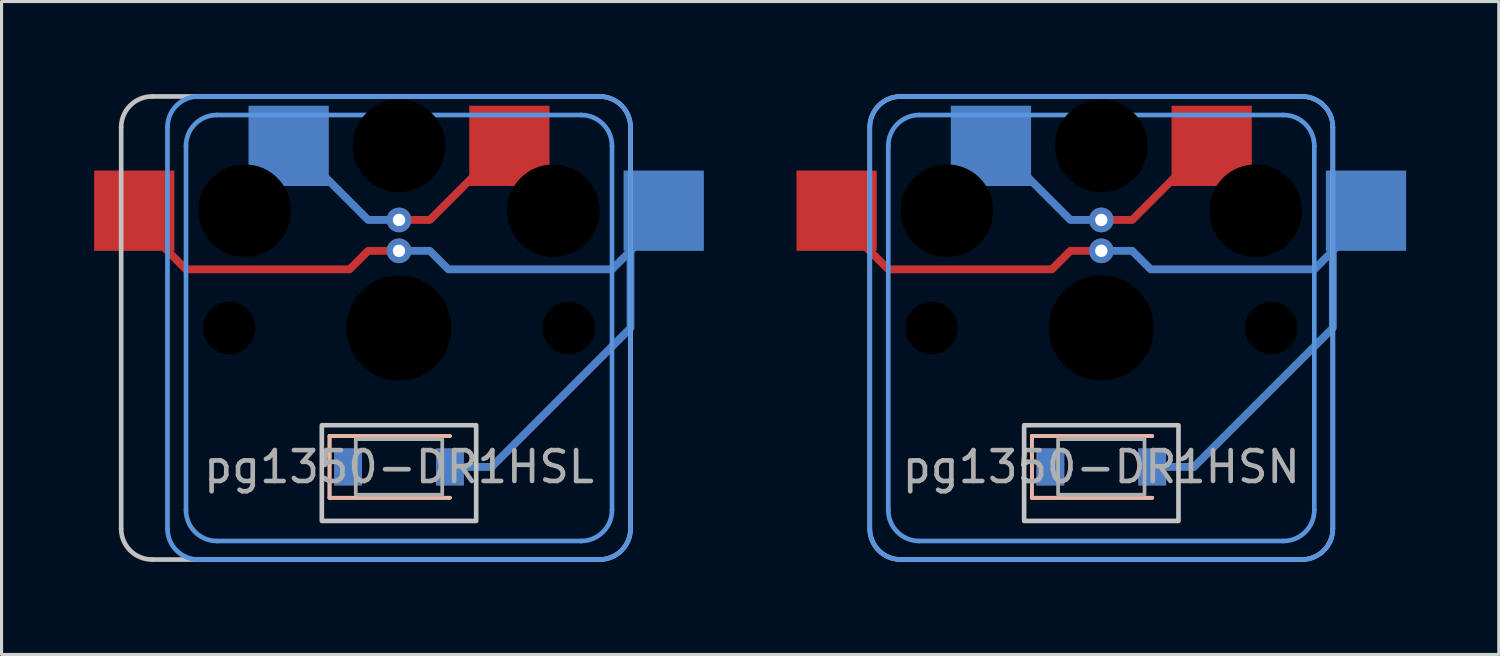
<source format=kicad_pcb>
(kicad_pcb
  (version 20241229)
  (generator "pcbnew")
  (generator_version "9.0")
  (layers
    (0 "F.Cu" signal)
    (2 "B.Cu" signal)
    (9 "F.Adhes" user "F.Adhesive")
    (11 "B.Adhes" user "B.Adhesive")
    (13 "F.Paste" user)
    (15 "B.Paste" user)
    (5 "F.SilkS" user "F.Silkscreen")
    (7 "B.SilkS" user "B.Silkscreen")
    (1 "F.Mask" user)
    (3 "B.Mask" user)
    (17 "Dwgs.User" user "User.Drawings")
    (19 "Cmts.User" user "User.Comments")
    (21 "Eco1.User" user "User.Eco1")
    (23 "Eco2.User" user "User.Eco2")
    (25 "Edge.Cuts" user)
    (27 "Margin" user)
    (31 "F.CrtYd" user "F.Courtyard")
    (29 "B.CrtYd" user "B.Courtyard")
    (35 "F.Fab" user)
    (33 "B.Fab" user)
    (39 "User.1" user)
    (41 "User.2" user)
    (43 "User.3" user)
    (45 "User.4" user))
  (footprint "pg1350-DR1HSL"
    (layer "F.Cu")
    (at 9.875 12.075)
    (property "Reference" "pg1350-DR1HSL" (at 0 0 0) (layer "F.Fab") (effects (font (size 1 1) (thickness 0.15))))
    (attr smd)
    (fp_line (start -2.25 -1) (end -2.25 1) (stroke (width 0.12) (type solid)) (layer "F.SilkS"))
    (fp_line (start -2.25 1) (end 1.65 1) (stroke (width 0.12) (type solid)) (layer "F.SilkS"))
    (fp_line (start 1.65 -1) (end -2.25 -1) (stroke (width 0.12) (type solid)) (layer "F.SilkS"))
    (fp_line (start -2.25 -1) (end -2.25 1) (stroke (width 0.12) (type solid)) (layer "B.SilkS"))
    (fp_line (start -2.25 1) (end 1.65 1) (stroke (width 0.12) (type solid)) (layer "B.SilkS"))
    (fp_line (start 1.65 -1) (end -2.25 -1) (stroke (width 0.12) (type solid)) (layer "B.SilkS"))
    (fp_line (start -9 2) (end -9 -11) (stroke (width 0.15) (type solid)) (layer "Dwgs.User"))
    (fp_line (start -8 -12) (end 6.5 -12) (stroke (width 0.15) (type solid)) (layer "Dwgs.User"))
    (fp_line (start 6.5 3) (end -8 3) (stroke (width 0.15) (type solid)) (layer "Dwgs.User"))
    (fp_line (start 7.5 -11) (end 7.5 2) (stroke (width 0.15) (type solid)) (layer "Dwgs.User"))
    (fp_rect (start 2.5 1.75) (end -2.5 -1.35) (stroke (width 0.15) (type solid)) (fill no) (layer "Dwgs.User"))
    (fp_arc (start -9 -11) (mid -8.707107 -11.707107) (end -8 -12) (stroke (width 0.15) (type solid)) (layer "Dwgs.User"))
    (fp_arc (start -8 3) (mid -8.707107 2.707107) (end -9 2) (stroke (width 0.15) (type solid)) (layer "Dwgs.User"))
    (fp_arc (start 6.5 -12) (mid 7.207107 -11.707107) (end 7.5 -11) (stroke (width 0.15) (type solid)) (layer "Dwgs.User"))
    (fp_arc (start 7.5 2) (mid 7.207107 2.707107) (end 6.5 3) (stroke (width 0.15) (type solid)) (layer "Dwgs.User"))
    (fp_line (start -7.5 2) (end -7.5 -11) (stroke (width 0.15) (type solid)) (layer "Cmts.User"))
    (fp_line (start -6.9 1.4) (end -6.9 -10.4) (stroke (width 0.15) (type solid)) (layer "Cmts.User"))
    (fp_line (start -6.5 -12) (end 6.5 -12) (stroke (width 0.15) (type solid)) (layer "Cmts.User"))
    (fp_line (start -5.9 -11.4) (end 5.9 -11.4) (stroke (width 0.15) (type solid)) (layer "Cmts.User"))
    (fp_line (start 5.9 2.4) (end -5.9 2.4) (stroke (width 0.15) (type solid)) (layer "Cmts.User"))
    (fp_line (start 6.5 3) (end -6.5 3) (stroke (width 0.15) (type solid)) (layer "Cmts.User"))
    (fp_line (start 6.9 -10.4) (end 6.9 1.4) (stroke (width 0.15) (type solid)) (layer "Cmts.User"))
    (fp_line (start 7.5 -11) (end 7.5 2) (stroke (width 0.15) (type solid)) (layer "Cmts.User"))
    (fp_arc (start -7.5 -11) (mid -7.207107 -11.707107) (end -6.5 -12) (stroke (width 0.15) (type solid)) (layer "Cmts.User"))
    (fp_arc (start -6.9 -10.4) (mid -6.607107 -11.107107) (end -5.9 -11.4) (stroke (width 0.15) (type solid)) (layer "Cmts.User"))
    (fp_arc (start -6.5 3) (mid -7.207107 2.707107) (end -7.5 2) (stroke (width 0.15) (type solid)) (layer "Cmts.User"))
    (fp_arc (start -5.9 2.4) (mid -6.607107 2.107107) (end -6.9 1.4) (stroke (width 0.15) (type solid)) (layer "Cmts.User"))
    (fp_arc (start 5.9 -11.4) (mid 6.607107 -11.107107) (end 6.9 -10.4) (stroke (width 0.15) (type solid)) (layer "Cmts.User"))
    (fp_arc (start 6.5 -12) (mid 7.207107 -11.707107) (end 7.5 -11) (stroke (width 0.15) (type solid)) (layer "Cmts.User"))
    (fp_arc (start 6.9 1.4) (mid 6.607107 2.107107) (end 5.9 2.4) (stroke (width 0.15) (type solid)) (layer "Cmts.User"))
    (fp_arc (start 7.5 2) (mid 7.207107 2.707107) (end 6.5 3) (stroke (width 0.15) (type solid)) (layer "Cmts.User"))
    (fp_rect (start 1.4 0.9) (end -1.4 -0.9) (stroke (width 0.12) (type solid)) (fill no) (layer "F.Fab"))
    (pad "" np_thru_hole circle (at -5.5 -4.5) (size 1.7 1.7) (drill 1.7) (layers "*.Mask"))
    (pad "" np_thru_hole circle (at -5 -8.3) (size 3 3) (drill 3) (layers "*.Mask"))
    (pad "" np_thru_hole circle (at 0 -10.4) (size 3 3) (drill 3) (layers "*.Mask"))
    (pad "" thru_hole circle (at 0 -8) (size 0.8 0.8) (drill 0.4) (layers "*.Cu"))
    (pad "" thru_hole circle (at 0 -7) (size 0.8 0.8) (drill 0.4) (layers "*.Cu"))
    (pad "" np_thru_hole circle (at 0 -4.5) (size 3.4 3.4) (drill 3.4) (layers "*.Mask"))
    (pad "" np_thru_hole circle (at 5 -8.3) (size 3 3) (drill 3) (layers "*.Mask"))
    (pad "" np_thru_hole circle (at 5.5 -4.5) (size 1.7 1.7) (drill 1.7) (layers "*.Mask"))
    (pad "1" smd rect (at -3.575 -10.4) (size 2.6 2.6) (layers "B.Cu" "B.Mask"))
    (pad "1" smd custom (at 0 -8) (size 0.254 0.254) (layers "F.Cu") (options (anchor circle)) (primitives (gr_line (start 0 0) (end 1 0) (width 0.254)) (gr_line (start 1 0) (end 2.5 -1.5) (width 0.254))))
    (pad "1" smd custom (at 0 -8) (size 0.254 0.254) (layers "B.Cu") (options (anchor circle)) (primitives (gr_line (start 0 0) (end -1 0) (width 0.254)) (gr_line (start -1 0) (end -2.5 -1.5) (width 0.254))))
    (pad "1" smd rect (at 3.575 -10.4) (size 2.6 2.6) (layers "F.Cu" "F.Mask"))
    (pad "2" smd rect (at -1.65 0) (size 0.9 1.2) (layers "*.Cu" "*.Mask"))
    (pad "3" smd rect (at -8.575 -8.3) (size 2.6 2.6) (layers "F.Cu" "F.Mask"))
    (pad "3" smd custom (at 0 -7) (size 0.254 0.254) (layers "F.Cu") (options (anchor circle)) (primitives (gr_line (start 0 0) (end -1 0) (width 0.254)) (gr_line (start -1 0) (end -1.6 0.6) (width 0.254)) (gr_line (start -1.6 0.6) (end -6.9 0.6) (width 0.254)) (gr_line (start -6.9 0.6) (end -8 -0.5) (width 0.254))))
    (pad "3" smd custom (at 0 -7) (size 0.254 0.254) (layers "B.Cu") (options (anchor circle)) (primitives (gr_line (start 0 0) (end 1 0) (width 0.254)) (gr_line (start 1 0) (end 1.6 0.6) (width 0.254)) (gr_line (start 1.6 0.6) (end 6.9 0.6) (width 0.254)) (gr_line (start 6.9 0.6) (end 8 -0.5) (width 0.254))))
    (pad "3" smd rect (at 1.65 0) (size 0.9 1.2) (layers "*.Cu" "*.Mask"))
    (pad "3" smd oval (at 2.325 0) (size 1.604 0.254) (layers "B.Cu"))
    (pad "3" smd custom (at 3 0) (size 0.254 0.254) (layers "B.Cu") (options (anchor circle)) (primitives (gr_line (start 0 0) (end 4.5 -4.5) (width 0.254)) (gr_line (start 4.5 -4.5) (end 4.5 -8.3) (width 0.254))))
    (pad "3" smd rect (at 8.575 -8.3) (size 2.6 2.6) (layers "B.Cu" "B.Mask")))
  (footprint "pg1350-DR1HSN"
    (layer "F.Cu")
    (at 32.625 12.075)
    (property "Reference" "pg1350-DR1HSN" (at 0 0 0) (layer "F.Fab") (effects (font (size 1 1) (thickness 0.15))))
    (attr smd)
    (fp_line (start -2.25 -1) (end -2.25 1) (stroke (width 0.12) (type solid)) (layer "F.SilkS"))
    (fp_line (start -2.25 1) (end 1.65 1) (stroke (width 0.12) (type solid)) (layer "F.SilkS"))
    (fp_line (start 1.65 -1) (end -2.25 -1) (stroke (width 0.12) (type solid)) (layer "F.SilkS"))
    (fp_line (start -2.25 -1) (end -2.25 1) (stroke (width 0.12) (type solid)) (layer "B.SilkS"))
    (fp_line (start -2.25 1) (end 1.65 1) (stroke (width 0.12) (type solid)) (layer "B.SilkS"))
    (fp_line (start 1.65 -1) (end -2.25 -1) (stroke (width 0.12) (type solid)) (layer "B.SilkS"))
    (fp_line (start -7.5 2) (end -7.5 -11) (stroke (width 0.15) (type solid)) (layer "Dwgs.User"))
    (fp_line (start -6.5 -12) (end 6.5 -12) (stroke (width 0.15) (type solid)) (layer "Dwgs.User"))
    (fp_line (start 6.5 3) (end -6.5 3) (stroke (width 0.15) (type solid)) (layer "Dwgs.User"))
    (fp_line (start 7.5 -11) (end 7.5 2) (stroke (width 0.15) (type solid)) (layer "Dwgs.User"))
    (fp_rect (start 2.5 1.75) (end -2.5 -1.35) (stroke (width 0.15) (type solid)) (fill no) (layer "Dwgs.User"))
    (fp_arc (start -7.5 -11) (mid -7.207107 -11.707107) (end -6.5 -12) (stroke (width 0.15) (type solid)) (layer "Dwgs.User"))
    (fp_arc (start -6.5 3) (mid -7.207107 2.707107) (end -7.5 2) (stroke (width 0.15) (type solid)) (layer "Dwgs.User"))
    (fp_arc (start 6.5 -12) (mid 7.207107 -11.707107) (end 7.5 -11) (stroke (width 0.15) (type solid)) (layer "Dwgs.User"))
    (fp_arc (start 7.5 2) (mid 7.207107 2.707107) (end 6.5 3) (stroke (width 0.15) (type solid)) (layer "Dwgs.User"))
    (fp_line (start -7.5 2) (end -7.5 -11) (stroke (width 0.15) (type solid)) (layer "Cmts.User"))
    (fp_line (start -6.9 1.4) (end -6.9 -10.4) (stroke (width 0.15) (type solid)) (layer "Cmts.User"))
    (fp_line (start -6.5 -12) (end 6.5 -12) (stroke (width 0.15) (type solid)) (layer "Cmts.User"))
    (fp_line (start -5.9 -11.4) (end 5.9 -11.4) (stroke (width 0.15) (type solid)) (layer "Cmts.User"))
    (fp_line (start 5.9 2.4) (end -5.9 2.4) (stroke (width 0.15) (type solid)) (layer "Cmts.User"))
    (fp_line (start 6.5 3) (end -6.5 3) (stroke (width 0.15) (type solid)) (layer "Cmts.User"))
    (fp_line (start 6.9 -10.4) (end 6.9 1.4) (stroke (width 0.15) (type solid)) (layer "Cmts.User"))
    (fp_line (start 7.5 -11) (end 7.5 2) (stroke (width 0.15) (type solid)) (layer "Cmts.User"))
    (fp_arc (start -7.5 -11) (mid -7.207107 -11.707107) (end -6.5 -12) (stroke (width 0.15) (type solid)) (layer "Cmts.User"))
    (fp_arc (start -6.9 -10.4) (mid -6.607107 -11.107107) (end -5.9 -11.4) (stroke (width 0.15) (type solid)) (layer "Cmts.User"))
    (fp_arc (start -6.5 3) (mid -7.207107 2.707107) (end -7.5 2) (stroke (width 0.15) (type solid)) (layer "Cmts.User"))
    (fp_arc (start -5.9 2.4) (mid -6.607107 2.107107) (end -6.9 1.4) (stroke (width 0.15) (type solid)) (layer "Cmts.User"))
    (fp_arc (start 5.9 -11.4) (mid 6.607107 -11.107107) (end 6.9 -10.4) (stroke (width 0.15) (type solid)) (layer "Cmts.User"))
    (fp_arc (start 6.5 -12) (mid 7.207107 -11.707107) (end 7.5 -11) (stroke (width 0.15) (type solid)) (layer "Cmts.User"))
    (fp_arc (start 6.9 1.4) (mid 6.607107 2.107107) (end 5.9 2.4) (stroke (width 0.15) (type solid)) (layer "Cmts.User"))
    (fp_arc (start 7.5 2) (mid 7.207107 2.707107) (end 6.5 3) (stroke (width 0.15) (type solid)) (layer "Cmts.User"))
    (fp_rect (start 1.4 0.9) (end -1.4 -0.9) (stroke (width 0.12) (type solid)) (fill no) (layer "F.Fab"))
    (pad "" np_thru_hole circle (at -5.5 -4.5) (size 1.7 1.7) (drill 1.7) (layers "*.Mask"))
    (pad "" np_thru_hole circle (at -5 -8.3) (size 3 3) (drill 3) (layers "*.Mask"))
    (pad "" np_thru_hole circle (at 0 -10.4) (size 3 3) (drill 3) (layers "*.Mask"))
    (pad "" thru_hole circle (at 0 -8) (size 0.8 0.8) (drill 0.4) (layers "*.Cu"))
    (pad "" thru_hole circle (at 0 -7) (size 0.8 0.8) (drill 0.4) (layers "*.Cu"))
    (pad "" np_thru_hole circle (at 0 -4.5) (size 3.4 3.4) (drill 3.4) (layers "*.Mask"))
    (pad "" np_thru_hole circle (at 5 -8.3) (size 3 3) (drill 3) (layers "*.Mask"))
    (pad "" np_thru_hole circle (at 5.5 -4.5) (size 1.7 1.7) (drill 1.7) (layers "*.Mask"))
    (pad "1" smd rect (at -3.575 -10.4) (size 2.6 2.6) (layers "B.Cu" "B.Mask"))
    (pad "1" smd custom (at 0 -8) (size 0.254 0.254) (layers "F.Cu") (options (anchor circle)) (primitives (gr_line (start 0 0) (end 1 0) (width 0.254)) (gr_line (start 1 0) (end 2.5 -1.5) (width 0.254))))
    (pad "1" smd custom (at 0 -8) (size 0.254 0.254) (layers "B.Cu") (options (anchor circle)) (primitives (gr_line (start 0 0) (end -1 0) (width 0.254)) (gr_line (start -1 0) (end -2.5 -1.5) (width 0.254))))
    (pad "1" smd rect (at 3.575 -10.4) (size 2.6 2.6) (layers "F.Cu" "F.Mask"))
    (pad "2" smd rect (at -1.65 0) (size 0.9 1.2) (layers "*.Cu" "*.Mask"))
    (pad "3" smd rect (at -8.575 -8.3) (size 2.6 2.6) (layers "F.Cu" "F.Mask"))
    (pad "3" smd custom (at 0 -7) (size 0.254 0.254) (layers "F.Cu") (options (anchor circle)) (primitives (gr_line (start 0 0) (end -1 0) (width 0.254)) (gr_line (start -1 0) (end -1.6 0.6) (width 0.254)) (gr_line (start -1.6 0.6) (end -6.9 0.6) (width 0.254)) (gr_line (start -6.9 0.6) (end -8 -0.5) (width 0.254))))
    (pad "3" smd custom (at 0 -7) (size 0.254 0.254) (layers "B.Cu") (options (anchor circle)) (primitives (gr_line (start 0 0) (end 1 0) (width 0.254)) (gr_line (start 1 0) (end 1.6 0.6) (width 0.254)) (gr_line (start 1.6 0.6) (end 6.9 0.6) (width 0.254)) (gr_line (start 6.9 0.6) (end 8 -0.5) (width 0.254))))
    (pad "3" smd rect (at 1.65 0) (size 0.9 1.2) (layers "*.Cu" "*.Mask"))
    (pad "3" smd oval (at 2.325 0) (size 1.604 0.254) (layers "B.Cu"))
    (pad "3" smd custom (at 3 0) (size 0.254 0.254) (layers "B.Cu") (options (anchor circle)) (primitives (gr_line (start 0 0) (end 4.5 -4.5) (width 0.254)) (gr_line (start 4.5 -4.5) (end 4.5 -8.3) (width 0.254))))
    (pad "3" smd rect (at 8.575 -8.3) (size 2.6 2.6) (layers "B.Cu" "B.Mask")))
  (gr_rect
    (start -3 -3)
    (end 45.5 18.15)
    (stroke (width 0.1) (type default))
    (fill no)
    (layer "Edge.Cuts")))
</source>
